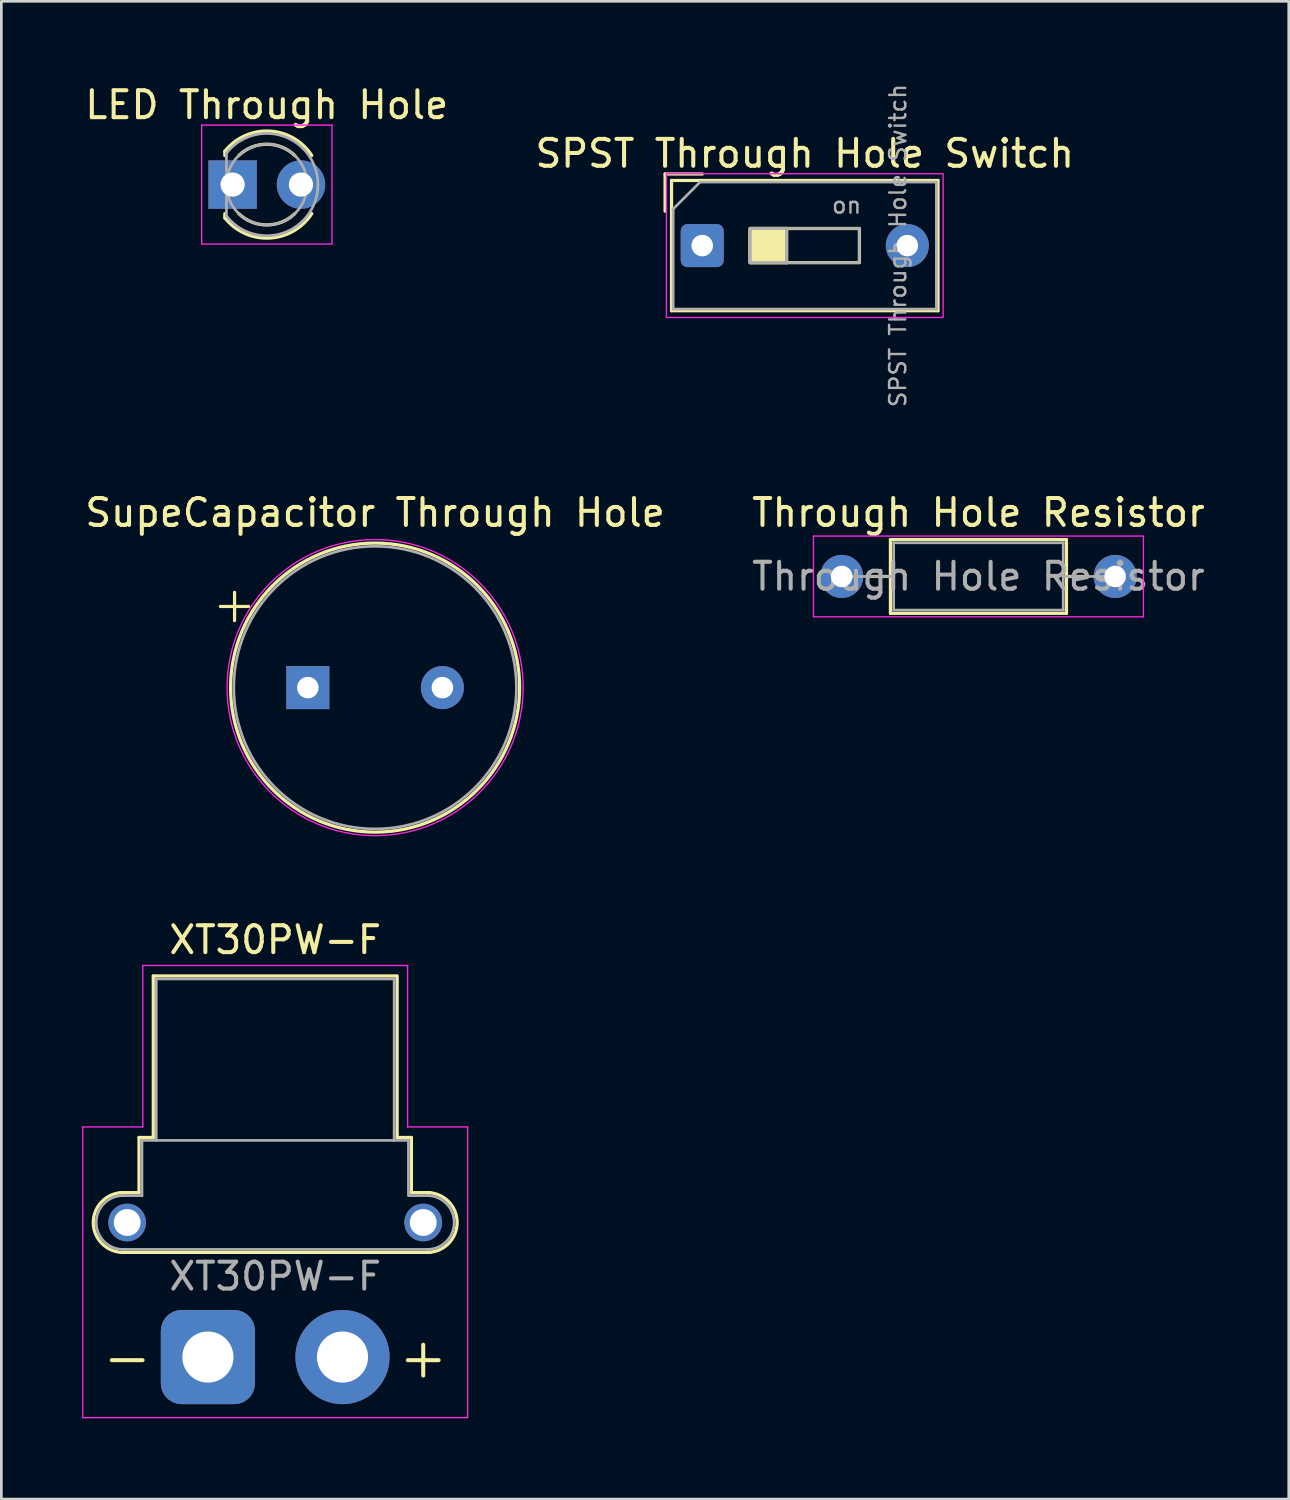
<source format=kicad_pcb>
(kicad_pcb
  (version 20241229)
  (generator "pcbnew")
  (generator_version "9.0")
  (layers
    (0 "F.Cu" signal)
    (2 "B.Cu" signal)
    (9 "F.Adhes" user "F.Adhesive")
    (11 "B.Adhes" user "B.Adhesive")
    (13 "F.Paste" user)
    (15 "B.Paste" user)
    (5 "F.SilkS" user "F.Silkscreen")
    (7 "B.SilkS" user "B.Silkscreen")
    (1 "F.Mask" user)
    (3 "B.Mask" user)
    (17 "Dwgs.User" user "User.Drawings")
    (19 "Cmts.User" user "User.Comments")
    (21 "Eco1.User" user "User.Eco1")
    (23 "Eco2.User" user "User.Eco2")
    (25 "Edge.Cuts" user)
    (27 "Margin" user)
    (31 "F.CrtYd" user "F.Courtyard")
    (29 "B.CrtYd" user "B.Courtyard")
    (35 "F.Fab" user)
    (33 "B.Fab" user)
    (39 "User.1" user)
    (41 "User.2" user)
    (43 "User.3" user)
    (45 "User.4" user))
  (footprint "SupeCapacitor Through Hole"
    (layer "F.Cu")
    (at 8.387 22.498)
    (property "Reference" "SupeCapacitor Through Hole" (at 2.5 -6.5 0) (layer "F.SilkS") (effects (font (size 1 1) (thickness 0.15))))
    (attr through_hole)
    (fp_line (start -3.247 -3.015) (end -2.197 -3.015) (stroke (width 0.12) (type solid)) (layer "F.SilkS"))
    (fp_line (start -2.722 -3.54) (end -2.722 -2.49) (stroke (width 0.12) (type solid)) (layer "F.SilkS"))
    (fp_circle (center 2.5 0) (end 7.87 0) (stroke (width 0.12) (type solid)) (fill no) (layer "F.SilkS"))
    (fp_circle (center 2.5 0) (end 8 0) (stroke (width 0.05) (type solid)) (fill no) (layer "F.CrtYd"))
    (fp_circle (center 2.5 0) (end 7.75 0) (stroke (width 0.1) (type solid)) (fill no) (layer "F.Fab"))
    (pad "1" thru_hole rect (at 0 0) (size 1.6 1.6) (drill 0.8) (layers "*.Cu" "*.Mask"))
    (pad "2" thru_hole circle (at 5 0) (size 1.6 1.6) (drill 0.8) (layers "*.Cu" "*.Mask")))
  (footprint "SPST Through Hole Switch"
    (layer "F.Cu")
    (at 23.041 6.075)
    (property "Reference" "SPST Through Hole Switch" (at 3.81 -3.42 0) (layer "F.SilkS") (effects (font (size 1 1) (thickness 0.15))))
    (attr through_hole)
    (fp_line (start -1.38 -2.66) (end -1.38 -1.277) (stroke (width 0.12) (type solid)) (layer "F.SilkS"))
    (fp_line (start -1.38 -2.66) (end 0.003 -2.66) (stroke (width 0.12) (type solid)) (layer "F.SilkS"))
    (fp_line (start -1.14 -2.42) (end -1.14 2.42) (stroke (width 0.12) (type solid)) (layer "F.SilkS"))
    (fp_line (start -1.14 -2.42) (end 8.76 -2.42) (stroke (width 0.12) (type solid)) (layer "F.SilkS"))
    (fp_line (start -1.14 2.42) (end 8.76 2.42) (stroke (width 0.12) (type solid)) (layer "F.SilkS"))
    (fp_line (start 3.133 -0.635) (end 3.133 0.635) (stroke (width 0.12) (type solid)) (layer "F.SilkS"))
    (fp_line (start 8.76 -2.42) (end 8.76 2.42) (stroke (width 0.12) (type solid)) (layer "F.SilkS"))
    (fp_rect (start 1.78 -0.635) (end 3.133 0.635) (stroke (width 0.12) (type solid)) (fill yes) (layer "F.SilkS"))
    (fp_rect (start 1.78 -0.635) (end 5.84 0.635) (stroke (width 0.12) (type solid)) (fill no) (layer "F.SilkS"))
    (fp_rect (start -1.33 -2.67) (end 8.95 2.67) (stroke (width 0.05) (type solid)) (fill no) (layer "F.CrtYd"))
    (fp_line (start -1.08 -1.36) (end -0.08 -2.36) (stroke (width 0.1) (type solid)) (layer "F.Fab"))
    (fp_line (start -1.08 2.36) (end -1.08 -1.36) (stroke (width 0.1) (type solid)) (layer "F.Fab"))
    (fp_line (start -0.08 -2.36) (end 8.7 -2.36) (stroke (width 0.1) (type solid)) (layer "F.Fab"))
    (fp_line (start 3.133 -0.635) (end 3.133 0.635) (stroke (width 0.1) (type solid)) (layer "F.Fab"))
    (fp_line (start 8.7 -2.36) (end 8.7 2.36) (stroke (width 0.1) (type solid)) (layer "F.Fab"))
    (fp_line (start 8.7 2.36) (end -1.08 2.36) (stroke (width 0.1) (type solid)) (layer "F.Fab"))
    (fp_rect (start 1.78 -0.635) (end 3.133 0.635) (stroke (width 0.1) (type solid)) (fill no) (layer "F.Fab"))
    (fp_rect (start 1.78 -0.635) (end 5.84 0.635) (stroke (width 0.1) (type solid)) (fill no) (layer "F.Fab"))
    (fp_text user "${REFERENCE}" (at 7.27 0 90) (layer "F.Fab") (effects (font (size 0.6 0.6) (thickness 0.09))))
    (fp_text user "on" (at 5.365 -1.498 0) (layer "F.Fab") (effects (font (size 0.6 0.6) (thickness 0.09))))
    (pad "1" thru_hole roundrect (at 0 0) (size 1.6 1.6) (drill 0.8) (layers "*.Cu" "*.Mask") (roundrect_rratio 0.156))
    (pad "2" thru_hole circle (at 7.62 0) (size 1.6 1.6) (drill 0.8) (layers "*.Cu" "*.Mask")))
  (footprint "XT30PW-F"
    (layer "F.Cu")
    (at 4.675 47.372)
    (property "Reference" "XT30PW-F" (at 2.5 -15.5 0) (layer "F.SilkS") (effects (font (size 1 1) (thickness 0.15))))
    (attr through_hole)
    (fp_line (start -3.26 -6.11) (end -2.56 -6.11) (stroke (width 0.12) (type solid)) (layer "F.SilkS"))
    (fp_line (start -3.26 -3.89) (end 8.26 -3.89) (stroke (width 0.12) (type solid)) (layer "F.SilkS"))
    (fp_line (start -2.56 -8.16) (end -2.56 -6.11) (stroke (width 0.12) (type solid)) (layer "F.SilkS"))
    (fp_line (start -2.56 -8.16) (end -2.03 -8.16) (stroke (width 0.12) (type solid)) (layer "F.SilkS"))
    (fp_line (start -2.03 -14.16) (end -2.03 -8.16) (stroke (width 0.12) (type solid)) (layer "F.SilkS"))
    (fp_line (start -2.03 -14.16) (end 7 -14.16) (stroke (width 0.12) (type solid)) (layer "F.SilkS"))
    (fp_line (start 7.03 -14.16) (end 7.03 -8.16) (stroke (width 0.12) (type solid)) (layer "F.SilkS"))
    (fp_line (start 7.03 -8.16) (end 7.56 -8.16) (stroke (width 0.12) (type solid)) (layer "F.SilkS"))
    (fp_line (start 7.56 -8.16) (end 7.56 -6.11) (stroke (width 0.12) (type solid)) (layer "F.SilkS"))
    (fp_line (start 7.56 -6.11) (end 8.26 -6.11) (stroke (width 0.12) (type solid)) (layer "F.SilkS"))
    (fp_arc (start -3.321729 -3.903365) (mid -4.256653 -5.086124) (end -3.15 -6.11) (stroke (width 0.12) (type solid)) (layer "F.SilkS"))
    (fp_arc (start 8.15 -6.11) (mid 9.26 -5) (end 8.15 -3.89) (stroke (width 0.12) (type solid)) (layer "F.SilkS"))
    (fp_line (start -4.65 -8.55) (end -4.65 2.25) (stroke (width 0.05) (type solid)) (layer "F.CrtYd"))
    (fp_line (start -4.65 -8.55) (end -2.42 -8.55) (stroke (width 0.05) (type solid)) (layer "F.CrtYd"))
    (fp_line (start -4.65 2.25) (end 9.65 2.25) (stroke (width 0.05) (type solid)) (layer "F.CrtYd"))
    (fp_line (start -2.42 -14.55) (end -2.42 -8.55) (stroke (width 0.05) (type solid)) (layer "F.CrtYd"))
    (fp_line (start -2.42 -14.55) (end 7.42 -14.55) (stroke (width 0.05) (type solid)) (layer "F.CrtYd"))
    (fp_line (start 7.42 -14.55) (end 7.42 -8.55) (stroke (width 0.05) (type solid)) (layer "F.CrtYd"))
    (fp_line (start 7.42 -8.55) (end 9.65 -8.55) (stroke (width 0.05) (type solid)) (layer "F.CrtYd"))
    (fp_line (start 9.65 -8.55) (end 9.65 2.25) (stroke (width 0.05) (type solid)) (layer "F.CrtYd"))
    (fp_line (start -3.15 -6) (end -2.45 -6) (stroke (width 0.1) (type solid)) (layer "F.Fab"))
    (fp_line (start -3.15 -4) (end 8.15 -4) (stroke (width 0.1) (type solid)) (layer "F.Fab"))
    (fp_line (start -2.45 -8.05) (end -2.45 -6) (stroke (width 0.1) (type solid)) (layer "F.Fab"))
    (fp_line (start -2.45 -8.05) (end 7.45 -8.05) (stroke (width 0.1) (type solid)) (layer "F.Fab"))
    (fp_line (start -1.92 -14.05) (end -1.92 -8.05) (stroke (width 0.1) (type solid)) (layer "F.Fab"))
    (fp_line (start -1.92 -14.05) (end 6.92 -14.05) (stroke (width 0.1) (type solid)) (layer "F.Fab"))
    (fp_line (start 6.92 -14.05) (end 6.92 -8.05) (stroke (width 0.1) (type solid)) (layer "F.Fab"))
    (fp_line (start 7.45 -8.05) (end 7.45 -6.05) (stroke (width 0.1) (type solid)) (layer "F.Fab"))
    (fp_line (start 7.45 -6) (end 8.15 -6) (stroke (width 0.1) (type solid)) (layer "F.Fab"))
    (fp_arc (start -3.15 -4) (mid -4.15 -5) (end -3.15 -6) (stroke (width 0.1) (type solid)) (layer "F.Fab"))
    (fp_arc (start 8.15 -6) (mid 9.15 -5) (end 8.15 -4) (stroke (width 0.1) (type solid)) (layer "F.Fab"))
    (fp_text user "-" (at -3 0 0) (layer "F.SilkS") (effects (font (size 1.5 1.5) (thickness 0.15))))
    (fp_text user "+" (at 8 0 0) (layer "F.SilkS") (effects (font (size 1.5 1.5) (thickness 0.15))))
    (fp_text user "${REFERENCE}" (at 2.5 -3 0) (layer "F.Fab") (effects (font (size 1 1) (thickness 0.15))))
    (pad "" thru_hole circle (at -3 -5 90) (size 1.4 1.4) (drill 1) (layers "*.Cu" "*.Mask"))
    (pad "" thru_hole circle (at 8 -5) (size 1.4 1.4) (drill 1) (layers "*.Cu" "*.Mask"))
    (pad "1" thru_hole roundrect (at 0 0) (size 3.5 3.5) (drill 1.9) (layers "*.Cu" "*.Mask") (roundrect_rratio 0.22))
    (pad "2" thru_hole circle (at 5 0) (size 3.5 3.5) (drill 1.9) (layers "*.Cu" "*.Mask")))
  (footprint "LED Through Hole"
    (layer "F.Cu")
    (at 5.593 3.808)
    (property "Reference" "LED Through Hole" (at 1.27 -2.96 0) (layer "F.SilkS") (effects (font (size 1 1) (thickness 0.15))))
    (attr through_hole)
    (fp_line (start -0.29 -1.236) (end -0.29 -1.08) (stroke (width 0.12) (type solid)) (layer "F.SilkS"))
    (fp_line (start -0.29 1.08) (end -0.29 1.236) (stroke (width 0.12) (type solid)) (layer "F.SilkS"))
    (fp_arc (start -0.29 -1.235516) (mid 1.365624 -1.987701) (end 2.941397 -1.080061) (stroke (width 0.12) (type solid)) (layer "F.SilkS"))
    (fp_arc (start 0.229039 -1.08) (mid 1.269964 -1.5) (end 2.31091 -1.080049) (stroke (width 0.12) (type solid)) (layer "F.SilkS"))
    (fp_arc (start 2.31091 1.080049) (mid 1.269964 1.5) (end 0.229039 1.08) (stroke (width 0.12) (type solid)) (layer "F.SilkS"))
    (fp_arc (start 2.941397 1.080061) (mid 1.365624 1.987701) (end -0.29 1.235516) (stroke (width 0.12) (type solid)) (layer "F.SilkS"))
    (fp_line (start -1.15 -2.21) (end -1.15 2.21) (stroke (width 0.05) (type solid)) (layer "F.CrtYd"))
    (fp_line (start -1.15 2.21) (end 3.69 2.21) (stroke (width 0.05) (type solid)) (layer "F.CrtYd"))
    (fp_line (start 3.69 -2.21) (end -1.15 -2.21) (stroke (width 0.05) (type solid)) (layer "F.CrtYd"))
    (fp_line (start 3.69 2.21) (end 3.69 -2.21) (stroke (width 0.05) (type solid)) (layer "F.CrtYd"))
    (fp_line (start -0.23 -1.166) (end -0.23 1.166) (stroke (width 0.1) (type solid)) (layer "F.Fab"))
    (fp_arc (start -0.23 -1.16619) (mid 3.17 -0.000037) (end -0.229955 1.166249) (stroke (width 0.1) (type solid)) (layer "F.Fab"))
    (fp_circle (center 1.27 0) (end 2.77 0) (stroke (width 0.1) (type solid)) (fill no) (layer "F.Fab"))
    (pad "1" thru_hole rect (at 0 0) (size 1.8 1.8) (drill 0.9) (layers "*.Cu" "*.Mask"))
    (pad "2" thru_hole circle (at 2.54 0) (size 1.8 1.8) (drill 0.9) (layers "*.Cu" "*.Mask")))
  (footprint "Through Hole Resistor"
    (layer "F.Cu")
    (at 28.224 18.368)
    (property "Reference" "Through Hole Resistor" (at 5.08 -2.37 0) (layer "F.SilkS") (effects (font (size 1 1) (thickness 0.15))))
    (attr through_hole)
    (fp_line (start 1.04 0) (end 1.81 0) (stroke (width 0.12) (type solid)) (layer "F.SilkS"))
    (fp_line (start 1.81 -1.37) (end 1.81 1.37) (stroke (width 0.12) (type solid)) (layer "F.SilkS"))
    (fp_line (start 1.81 1.37) (end 8.35 1.37) (stroke (width 0.12) (type solid)) (layer "F.SilkS"))
    (fp_line (start 8.35 -1.37) (end 1.81 -1.37) (stroke (width 0.12) (type solid)) (layer "F.SilkS"))
    (fp_line (start 8.35 1.37) (end 8.35 -1.37) (stroke (width 0.12) (type solid)) (layer "F.SilkS"))
    (fp_line (start 9.12 0) (end 8.35 0) (stroke (width 0.12) (type solid)) (layer "F.SilkS"))
    (fp_line (start -1.05 -1.5) (end -1.05 1.5) (stroke (width 0.05) (type solid)) (layer "F.CrtYd"))
    (fp_line (start -1.05 1.5) (end 11.21 1.5) (stroke (width 0.05) (type solid)) (layer "F.CrtYd"))
    (fp_line (start 11.21 -1.5) (end -1.05 -1.5) (stroke (width 0.05) (type solid)) (layer "F.CrtYd"))
    (fp_line (start 11.21 1.5) (end 11.21 -1.5) (stroke (width 0.05) (type solid)) (layer "F.CrtYd"))
    (fp_line (start 0 0) (end 1.93 0) (stroke (width 0.1) (type solid)) (layer "F.Fab"))
    (fp_line (start 1.93 -1.25) (end 1.93 1.25) (stroke (width 0.1) (type solid)) (layer "F.Fab"))
    (fp_line (start 1.93 1.25) (end 8.23 1.25) (stroke (width 0.1) (type solid)) (layer "F.Fab"))
    (fp_line (start 8.23 -1.25) (end 1.93 -1.25) (stroke (width 0.1) (type solid)) (layer "F.Fab"))
    (fp_line (start 8.23 1.25) (end 8.23 -1.25) (stroke (width 0.1) (type solid)) (layer "F.Fab"))
    (fp_line (start 10.16 0) (end 8.23 0) (stroke (width 0.1) (type solid)) (layer "F.Fab"))
    (fp_text user "${REFERENCE}" (at 5.08 0 0) (layer "F.Fab") (effects (font (size 1 1) (thickness 0.15))))
    (pad "1" thru_hole circle (at 0 0) (size 1.6 1.6) (drill 0.8) (layers "*.Cu" "*.Mask"))
    (pad "2" thru_hole oval (at 10.16 0) (size 1.6 1.6) (drill 0.8) (layers "*.Cu" "*.Mask")))
  (gr_rect
    (start -3 -3)
    (end 44.833 52.647)
    (stroke (width 0.1) (type default))
    (fill no)
    (layer "Edge.Cuts")))
</source>
